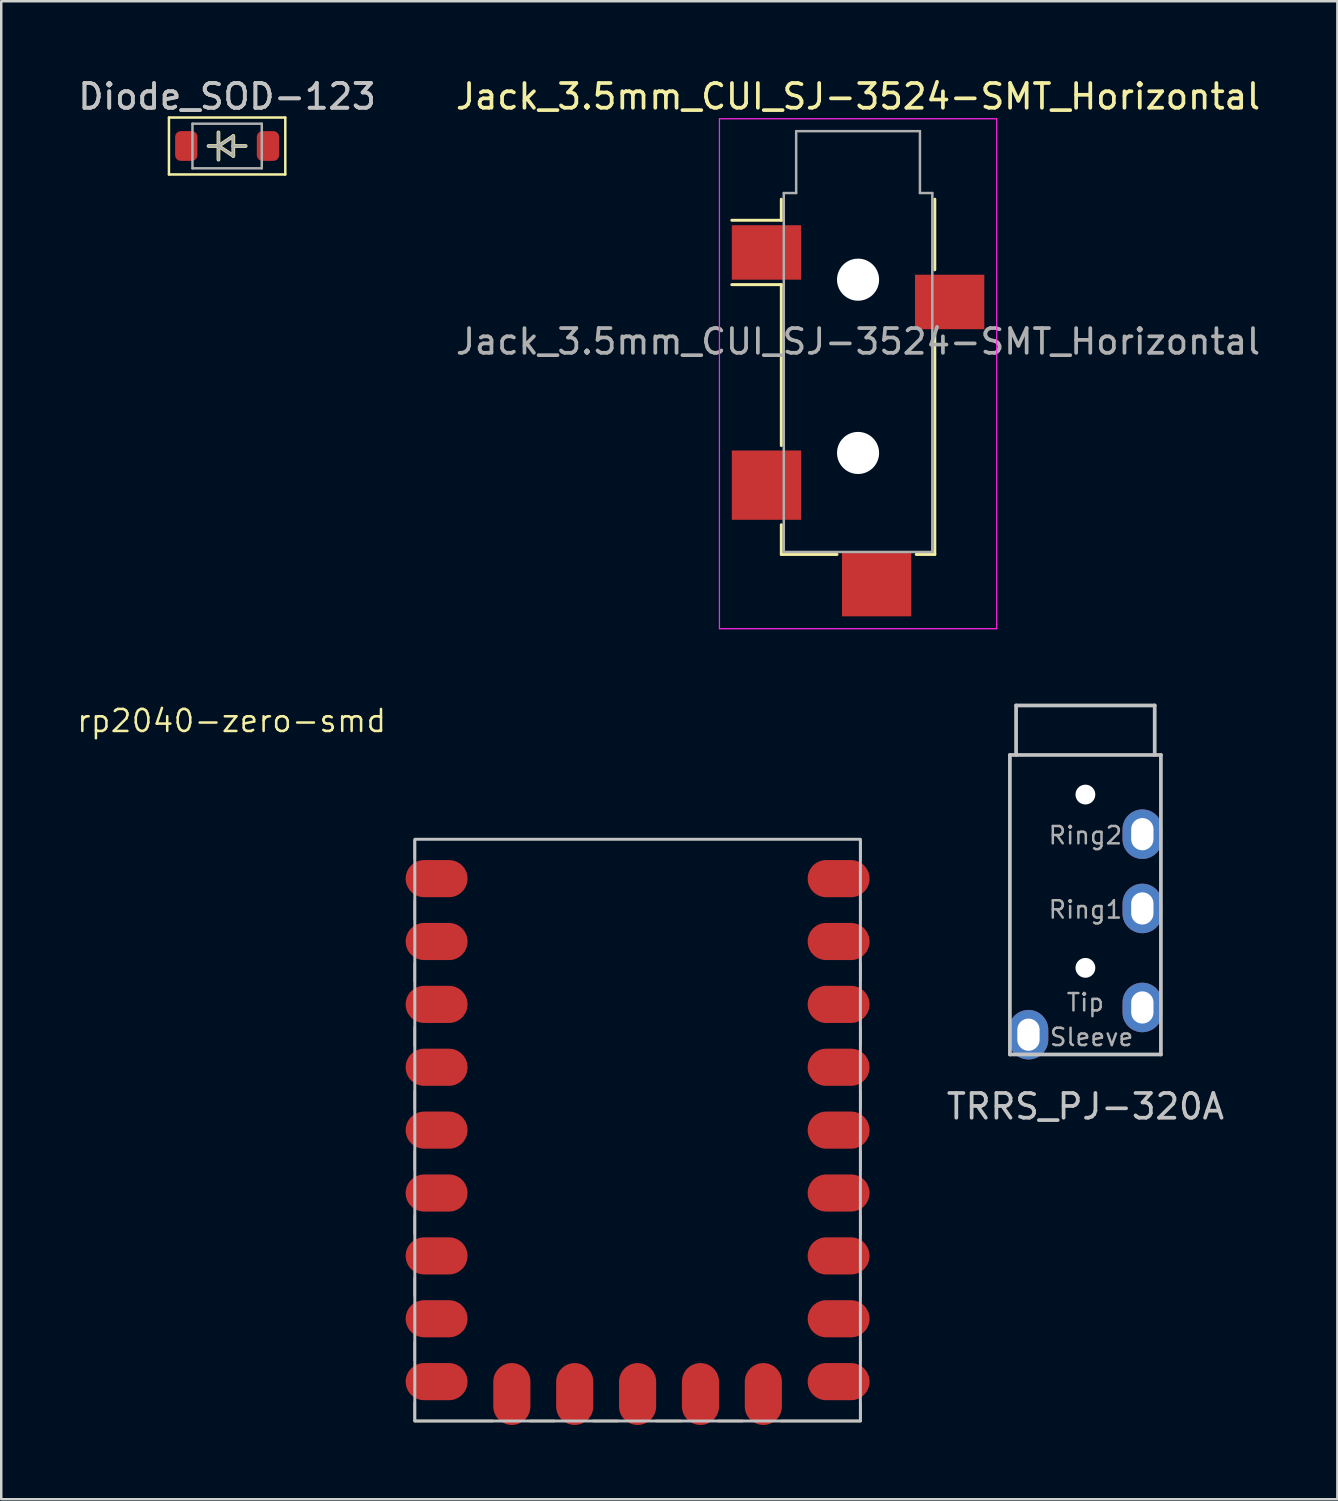
<source format=kicad_pcb>
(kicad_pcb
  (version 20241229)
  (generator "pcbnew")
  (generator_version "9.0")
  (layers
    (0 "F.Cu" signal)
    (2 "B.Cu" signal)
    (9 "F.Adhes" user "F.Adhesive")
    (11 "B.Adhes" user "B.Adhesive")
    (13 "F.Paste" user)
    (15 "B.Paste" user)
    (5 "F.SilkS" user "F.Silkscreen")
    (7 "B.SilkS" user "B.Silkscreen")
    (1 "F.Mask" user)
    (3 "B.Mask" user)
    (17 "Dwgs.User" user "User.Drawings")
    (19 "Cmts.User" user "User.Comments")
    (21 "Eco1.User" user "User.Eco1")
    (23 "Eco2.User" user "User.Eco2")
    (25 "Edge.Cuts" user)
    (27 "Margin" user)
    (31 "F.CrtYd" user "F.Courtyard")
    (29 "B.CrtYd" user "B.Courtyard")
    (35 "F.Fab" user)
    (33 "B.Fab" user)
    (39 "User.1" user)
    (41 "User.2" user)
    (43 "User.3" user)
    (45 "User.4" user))
  (footprint "Diode_SOD-123"
    (layer "F.Cu")
    (at 6.125 2.848)
    (property "Reference" "Diode_SOD-123" (at 0 -2 180) (layer "Dwgs.User") (effects (font (size 1 1) (thickness 0.15))))
    (attr smd)
    (fp_line (start -2.35 -1.15) (end -2.35 1.15) (stroke (width 0.1) (type solid)) (layer "F.SilkS"))
    (fp_line (start -2.35 -1.15) (end 2.35 -1.15) (stroke (width 0.1) (type solid)) (layer "F.SilkS"))
    (fp_line (start -0.75 0) (end -0.35 0) (stroke (width 0.15) (type solid)) (layer "F.SilkS"))
    (fp_line (start -0.35 0) (end -0.35 -0.55) (stroke (width 0.15) (type solid)) (layer "F.SilkS"))
    (fp_line (start -0.35 0) (end -0.35 0.55) (stroke (width 0.15) (type solid)) (layer "F.SilkS"))
    (fp_line (start -0.35 0) (end 0.25 -0.4) (stroke (width 0.15) (type solid)) (layer "F.SilkS"))
    (fp_line (start 0.25 -0.4) (end 0.25 0.4) (stroke (width 0.15) (type solid)) (layer "F.SilkS"))
    (fp_line (start 0.25 0) (end 0.75 0) (stroke (width 0.15) (type solid)) (layer "F.SilkS"))
    (fp_line (start 0.25 0.4) (end -0.35 0) (stroke (width 0.15) (type solid)) (layer "F.SilkS"))
    (fp_line (start 2.35 -1.15) (end 2.35 1.15) (stroke (width 0.1) (type solid)) (layer "F.SilkS"))
    (fp_line (start 2.35 1.15) (end -2.35 1.15) (stroke (width 0.1) (type solid)) (layer "F.SilkS"))
    (fp_line (start -1.4 -0.9) (end 1.4 -0.9) (stroke (width 0.1) (type solid)) (layer "F.Fab"))
    (fp_line (start -1.4 0.9) (end -1.4 -0.9) (stroke (width 0.1) (type solid)) (layer "F.Fab"))
    (fp_line (start -0.75 0) (end -0.35 0) (stroke (width 0.1) (type solid)) (layer "F.Fab"))
    (fp_line (start -0.35 0) (end -0.35 -0.55) (stroke (width 0.1) (type solid)) (layer "F.Fab"))
    (fp_line (start -0.35 0) (end -0.35 0.55) (stroke (width 0.1) (type solid)) (layer "F.Fab"))
    (fp_line (start -0.35 0) (end 0.25 -0.4) (stroke (width 0.1) (type solid)) (layer "F.Fab"))
    (fp_line (start 0.25 -0.4) (end 0.25 0.4) (stroke (width 0.1) (type solid)) (layer "F.Fab"))
    (fp_line (start 0.25 0) (end 0.75 0) (stroke (width 0.1) (type solid)) (layer "F.Fab"))
    (fp_line (start 0.25 0.4) (end -0.35 0) (stroke (width 0.1) (type solid)) (layer "F.Fab"))
    (fp_line (start 1.4 -0.9) (end 1.4 0.9) (stroke (width 0.1) (type solid)) (layer "F.Fab"))
    (fp_line (start 1.4 0.9) (end -1.4 0.9) (stroke (width 0.1) (type solid)) (layer "F.Fab"))
    (fp_text user "${REFERENCE}" (at 0 -2 180) (layer "F.Fab") (effects (font (size 1 1) (thickness 0.15))))
    (pad "1" smd roundrect (at -1.65 0) (size 0.9 1.2) (layers "F.Cu" "F.Mask" "F.Paste") (roundrect_rratio 0.25))
    (pad "2" smd roundrect (at 1.65 0) (size 0.9 1.2) (layers "F.Cu" "F.Mask" "F.Paste") (roundrect_rratio 0.25)))
  (footprint "TRRS_PJ-320A"
    (layer "F.Cu")
    (at 40.797 27.448)
    (property "Reference" "TRRS_PJ-320A" (at 0 14.2 180) (layer "Dwgs.User") (effects (font (size 1 1) (thickness 0.15))))
    (attr through_hole)
    (fp_line (start -3.05 0) (end -3.05 12.1) (stroke (width 0.15) (type solid)) (layer "Dwgs.User"))
    (fp_line (start -2.8 0) (end -2.8 -2) (stroke (width 0.15) (type solid)) (layer "Dwgs.User"))
    (fp_line (start 2.8 -2) (end -2.8 -2) (stroke (width 0.15) (type solid)) (layer "Dwgs.User"))
    (fp_line (start 2.8 0) (end 2.8 -2) (stroke (width 0.15) (type solid)) (layer "Dwgs.User"))
    (fp_line (start 3.05 0) (end -3.05 0) (stroke (width 0.15) (type solid)) (layer "Dwgs.User"))
    (fp_line (start 3.05 0) (end 3.05 12.1) (stroke (width 0.15) (type solid)) (layer "Dwgs.User"))
    (fp_line (start 3.05 12.1) (end -3.05 12.1) (stroke (width 0.15) (type solid)) (layer "Dwgs.User"))
    (fp_text user "Ring2" (at 0 3.25 180) (layer "F.Fab") (effects (font (size 0.7 0.7) (thickness 0.1))))
    (fp_text user "Sleeve" (at 0.25 11.4 180) (layer "F.Fab") (effects (font (size 0.7 0.7) (thickness 0.1))))
    (fp_text user "Ring1" (at 0 6.25 180) (layer "F.Fab") (effects (font (size 0.7 0.7) (thickness 0.1))))
    (fp_text user "Tip" (at 0 10 180) (layer "F.Fab") (effects (font (size 0.7 0.7) (thickness 0.1))))
    (pad "" np_thru_hole circle (at 0 1.6) (size 0.8 0.8) (drill 0.8) (layers "*.Cu" "*.Mask"))
    (pad "" np_thru_hole circle (at 0 8.6) (size 0.8 0.8) (drill 0.8) (layers "*.Cu" "*.Mask"))
    (pad "1" thru_hole oval (at -2.3 11.3) (size 1.6 2) (drill oval 0.9 1.3) (layers "*.Cu" "*.Mask"))
    (pad "2" thru_hole oval (at 2.3 10.2) (size 1.6 2) (drill oval 0.9 1.3) (layers "*.Cu" "*.Mask"))
    (pad "3" thru_hole oval (at 2.3 6.2) (size 1.6 2) (drill oval 0.9 1.3) (layers "*.Cu" "*.Mask"))
    (pad "4" thru_hole oval (at 2.3 3.2) (size 1.6 2) (drill oval 0.9 1.3) (layers "*.Cu" "*.Mask")))
  (footprint "Jack_3.5mm_CUI_SJ-3524-SMT_Horizontal"
    (layer "F.Cu")
    (at 31.613 10.748)
    (property "Reference" "Jack_3.5mm_CUI_SJ-3524-SMT_Horizontal" (at 0 -9.9 180) (layer "F.SilkS") (effects (font (size 1 1) (thickness 0.15))))
    (attr smd)
    (fp_line (start -3.1 -4.9) (end -5.1 -4.9) (stroke (width 0.12) (type solid)) (layer "F.SilkS"))
    (fp_line (start -3.1 -4.9) (end -3.1 -5.75) (stroke (width 0.12) (type solid)) (layer "F.SilkS"))
    (fp_line (start -3.1 -2.3) (end -5.1 -2.3) (stroke (width 0.12) (type solid)) (layer "F.SilkS"))
    (fp_line (start -3.1 4.2) (end -3.1 -2.3) (stroke (width 0.12) (type solid)) (layer "F.SilkS"))
    (fp_line (start -3.1 8.6) (end -3.1 7.4) (stroke (width 0.12) (type solid)) (layer "F.SilkS"))
    (fp_line (start -0.85 8.6) (end -3.1 8.6) (stroke (width 0.12) (type solid)) (layer "F.SilkS"))
    (fp_line (start 3.1 -5.75) (end 3.1 -2.9) (stroke (width 0.12) (type solid)) (layer "F.SilkS"))
    (fp_line (start 3.1 -0.3) (end 3.1 8.6) (stroke (width 0.12) (type solid)) (layer "F.SilkS"))
    (fp_line (start 3.1 8.6) (end 2.35 8.6) (stroke (width 0.12) (type solid)) (layer "F.SilkS"))
    (fp_line (start -5.6 -9) (end 5.6 -9) (stroke (width 0.05) (type solid)) (layer "F.CrtYd"))
    (fp_line (start -5.6 11.6) (end -5.6 -9) (stroke (width 0.05) (type solid)) (layer "F.CrtYd"))
    (fp_line (start 5.6 -9) (end 5.6 11.6) (stroke (width 0.05) (type solid)) (layer "F.CrtYd"))
    (fp_line (start 5.6 11.6) (end -5.6 11.6) (stroke (width 0.05) (type solid)) (layer "F.CrtYd"))
    (fp_line (start -3 -6) (end -2.5 -6) (stroke (width 0.1) (type solid)) (layer "F.Fab"))
    (fp_line (start -3 8.5) (end -3 -6) (stroke (width 0.1) (type solid)) (layer "F.Fab"))
    (fp_line (start -2.5 -8.5) (end 2.5 -8.5) (stroke (width 0.1) (type solid)) (layer "F.Fab"))
    (fp_line (start -2.5 -6) (end -2.5 -8.5) (stroke (width 0.1) (type solid)) (layer "F.Fab"))
    (fp_line (start 2.5 -8.5) (end 2.5 -6) (stroke (width 0.1) (type solid)) (layer "F.Fab"))
    (fp_line (start 2.5 -6) (end 3 -6) (stroke (width 0.1) (type solid)) (layer "F.Fab"))
    (fp_line (start 3 -6) (end 3 8.5) (stroke (width 0.1) (type solid)) (layer "F.Fab"))
    (fp_line (start 3 8.5) (end -3 8.5) (stroke (width 0.1) (type solid)) (layer "F.Fab"))
    (fp_text user "${REFERENCE}" (at 0 0 180) (layer "F.Fab") (effects (font (size 1 1) (thickness 0.15))))
    (pad "" np_thru_hole circle (at 0 -2.5) (size 1.7 1.7) (drill 1.7) (layers "*.Cu" "*.Mask"))
    (pad "" np_thru_hole circle (at 0 4.5) (size 1.7 1.7) (drill 1.7) (layers "*.Cu" "*.Mask"))
    (pad "R" smd rect (at 3.7 -1.6) (size 2.8 2.2) (layers "F.Cu" "F.Mask" "F.Paste"))
    (pad "S" smd rect (at -3.7 -3.6) (size 2.8 2.2) (layers "F.Cu" "F.Mask" "F.Paste"))
    (pad "T" smd rect (at -3.7 5.8) (size 2.8 2.8) (layers "F.Cu" "F.Mask" "F.Paste"))
    (pad "TN" smd rect (at 0.75 9.8) (size 2.8 2.6) (layers "F.Cu" "F.Mask" "F.Paste")))
  (footprint "rp2040-zero-smd"
    (layer "F.Cu")
    (at 22.707 42.604)
    (property "Reference" "rp2040-zero-smd" (at -16.399 -16.533 0) (layer "F.SilkS") (effects (font (size 0.889 0.889) (thickness 0.102))))
    (attr smd exclude_from_pos_files)
    (fp_line (start -9 -11.7) (end -9 -10.95) (stroke (width 0.1) (type default)) (layer "F.SilkS"))
    (fp_line (start -9 -9.25) (end -9 -8.5) (stroke (width 0.1) (type default)) (layer "F.SilkS"))
    (fp_line (start -9 -6.75) (end -9 -6) (stroke (width 0.1) (type default)) (layer "F.SilkS"))
    (fp_line (start -9 -4.15) (end -9 -3.4) (stroke (width 0.1) (type default)) (layer "F.SilkS"))
    (fp_line (start -9 -1.575) (end -9 -0.825) (stroke (width 0.1) (type default)) (layer "F.SilkS"))
    (fp_line (start -9 0.85) (end -9 1.6) (stroke (width 0.1) (type default)) (layer "F.SilkS"))
    (fp_line (start -9 3.45) (end -9 4.2) (stroke (width 0.1) (type default)) (layer "F.SilkS"))
    (fp_line (start -9 5.95) (end -9 6.7) (stroke (width 0.1) (type default)) (layer "F.SilkS"))
    (fp_line (start -9 8.55) (end -9 9.3) (stroke (width 0.1) (type default)) (layer "F.SilkS"))
    (fp_line (start -9 11) (end -9 11.75) (stroke (width 0.1) (type default)) (layer "F.SilkS"))
    (fp_line (start -9 11.75) (end -5.85 11.75) (stroke (width 0.1) (type default)) (layer "F.SilkS"))
    (fp_line (start -4.35 11.75) (end -3.35 11.75) (stroke (width 0.1) (type default)) (layer "F.SilkS"))
    (fp_line (start -1.8 11.75) (end -0.8 11.75) (stroke (width 0.1) (type default)) (layer "F.SilkS"))
    (fp_line (start 0.75 11.75) (end 1.75 11.75) (stroke (width 0.1) (type default)) (layer "F.SilkS"))
    (fp_line (start 3.25 11.75) (end 4.25 11.75) (stroke (width 0.1) (type default)) (layer "F.SilkS"))
    (fp_line (start 9 -11.7) (end 9 -10.95) (stroke (width 0.1) (type default)) (layer "F.SilkS"))
    (fp_line (start 9 -9.25) (end 9 -8.5) (stroke (width 0.1) (type default)) (layer "F.SilkS"))
    (fp_line (start 9 -6.75) (end 9 -6) (stroke (width 0.1) (type default)) (layer "F.SilkS"))
    (fp_line (start 9 -4.15) (end 9 -3.4) (stroke (width 0.1) (type default)) (layer "F.SilkS"))
    (fp_line (start 9 -1.6) (end 9 -0.85) (stroke (width 0.1) (type default)) (layer "F.SilkS"))
    (fp_line (start 9 0.85) (end 9 1.6) (stroke (width 0.1) (type default)) (layer "F.SilkS"))
    (fp_line (start 9 3.45) (end 9 4.2) (stroke (width 0.1) (type default)) (layer "F.SilkS"))
    (fp_line (start 9 5.95) (end 9 6.7) (stroke (width 0.1) (type default)) (layer "F.SilkS"))
    (fp_line (start 9 8.55) (end 9 9.3) (stroke (width 0.1) (type default)) (layer "F.SilkS"))
    (fp_line (start 9 11) (end 9 11.75) (stroke (width 0.1) (type default)) (layer "F.SilkS"))
    (fp_line (start 9 11.75) (end 5.8 11.75) (stroke (width 0.1) (type default)) (layer "F.SilkS"))
    (fp_rect (start -9 -11.75) (end 9 11.75) (stroke (width 0.12) (type solid)) (fill no) (layer "Dwgs.User"))
    (pad "1" smd oval (at 7.62 -10.16 180) (size 2.5 1.5) (drill (offset -0.5 0)) (layers "F.Cu" "F.Mask" "F.Paste"))
    (pad "2" smd oval (at 7.62 -7.62 180) (size 2.5 1.5) (drill (offset -0.5 0)) (layers "F.Cu" "F.Mask" "F.Paste"))
    (pad "3" smd oval (at 7.62 -5.08 180) (size 2.5 1.5) (drill (offset -0.5 0)) (layers "F.Cu" "F.Mask" "F.Paste"))
    (pad "4" smd oval (at 7.62 -2.54 180) (size 2.5 1.5) (drill (offset -0.5 0)) (layers "F.Cu" "F.Mask" "F.Paste"))
    (pad "5" smd oval (at 7.62 0 180) (size 2.5 1.5) (drill (offset -0.5 0)) (layers "F.Cu" "F.Mask" "F.Paste"))
    (pad "6" smd oval (at 7.62 2.54 180) (size 2.5 1.5) (drill (offset -0.5 0)) (layers "F.Cu" "F.Mask" "F.Paste"))
    (pad "7" smd oval (at 7.62 5.08 180) (size 2.5 1.5) (drill (offset -0.5 0)) (layers "F.Cu" "F.Mask" "F.Paste"))
    (pad "8" smd oval (at 7.62 7.62 180) (size 2.5 1.5) (drill (offset -0.5 0)) (layers "F.Cu" "F.Mask" "F.Paste"))
    (pad "9" smd oval (at 7.62 10.16 180) (size 2.5 1.5) (drill (offset -0.5 0)) (layers "F.Cu" "F.Mask" "F.Paste"))
    (pad "10" smd oval (at 5.08 10.16 90) (size 2.5 1.5) (drill (offset -0.5 0)) (layers "F.Cu" "F.Mask" "F.Paste"))
    (pad "11" smd oval (at 2.54 10.16 90) (size 2.5 1.5) (drill (offset -0.5 0)) (layers "F.Cu" "F.Mask" "F.Paste"))
    (pad "12" smd oval (at 0 10.16 90) (size 2.5 1.5) (drill (offset -0.5 0)) (layers "F.Cu" "F.Mask" "F.Paste"))
    (pad "13" smd oval (at -2.54 10.16 90) (size 2.5 1.5) (drill (offset -0.5 0)) (layers "F.Cu" "F.Mask" "F.Paste"))
    (pad "14" smd oval (at -5.08 10.16 90) (size 2.5 1.5) (drill (offset -0.5 0)) (layers "F.Cu" "F.Mask" "F.Paste"))
    (pad "15" smd oval (at -7.62 10.16) (size 2.5 1.5) (drill (offset -0.5 0)) (layers "F.Cu" "F.Mask" "F.Paste"))
    (pad "16" smd oval (at -7.62 7.62) (size 2.5 1.5) (drill (offset -0.5 0)) (layers "F.Cu" "F.Mask" "F.Paste"))
    (pad "17" smd oval (at -7.62 5.08) (size 2.5 1.5) (drill (offset -0.5 0)) (layers "F.Cu" "F.Mask" "F.Paste"))
    (pad "18" smd oval (at -7.62 2.54) (size 2.5 1.5) (drill (offset -0.5 0)) (layers "F.Cu" "F.Mask" "F.Paste"))
    (pad "19" smd oval (at -7.62 0) (size 2.5 1.5) (drill (offset -0.5 0)) (layers "F.Cu" "F.Mask" "F.Paste"))
    (pad "20" smd oval (at -7.62 -2.54) (size 2.5 1.5) (drill (offset -0.5 0)) (layers "F.Cu" "F.Mask" "F.Paste"))
    (pad "21" smd oval (at -7.62 -5.08) (size 2.5 1.5) (drill (offset -0.5 0)) (layers "F.Cu" "F.Mask" "F.Paste"))
    (pad "22" smd oval (at -7.62 -7.62) (size 2.5 1.5) (drill (offset -0.5 0)) (layers "F.Cu" "F.Mask" "F.Paste"))
    (pad "23" smd oval (at -7.62 -10.16) (size 2.5 1.5) (drill (offset -0.5 0)) (layers "F.Cu" "F.Mask" "F.Paste")))
  (gr_rect
    (start -3 -3)
    (end 50.976 57.514)
    (stroke (width 0.1) (type default))
    (fill no)
    (layer "Edge.Cuts")))
</source>
